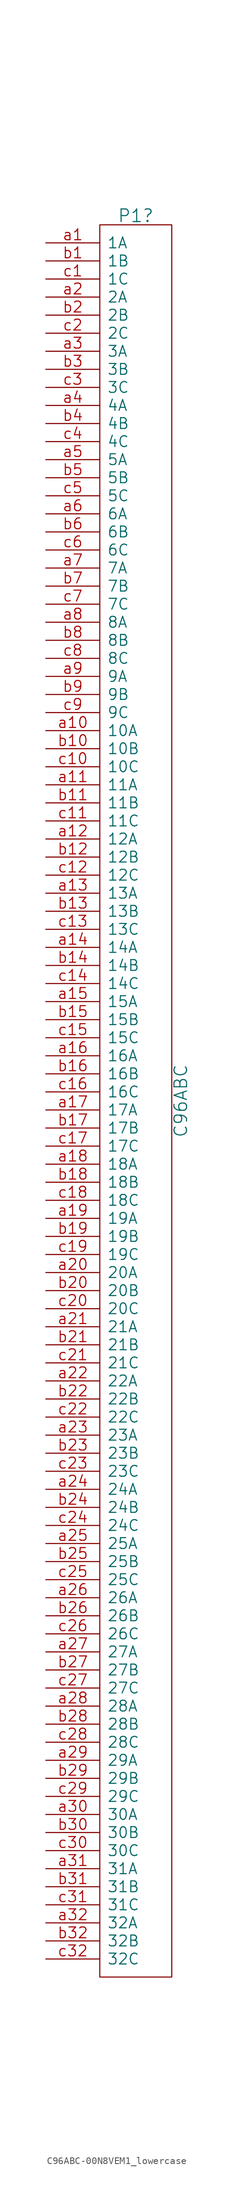
<source format=kicad_sym>
(kicad_symbol_lib
  (version 20231120)
  (generator "kicad_symbol_editor")
  (generator_version "8.0")
  (symbol "C96ABC-00N8VEM1_lowercase"
    (pin_names
      (offset 1.016))
    (property "Reference" "P1"
      (at 0 124.46 0)
      (effects (font (size 1.778 1.778))))
    (property "Value" "C96ABC"
      (at 6.35 0 90)
      (effects (font (size 1.778 1.778))))
    (symbol "C96ABC-00N8VEM1_lowercase_0_1"
      (rectangle (start -5.08 -123.19) (end 5.08 123.19) (stroke (width 0) (type solid)) (fill (type none))))
    (symbol "C96ABC-00N8VEM1_lowercase_1_1"
      (pin passive line (at -12.7 120.65 0) (length 7.62) (name "1A" (effects (font (size 1.524 1.524)))) (number "a1" (effects (font (size 1.524 1.524)))))
      (pin passive line (at -12.7 52.07 0) (length 7.62) (name "10A" (effects (font (size 1.524 1.524)))) (number "a10" (effects (font (size 1.524 1.524)))))
      (pin passive line (at -12.7 44.45 0) (length 7.62) (name "11A" (effects (font (size 1.524 1.524)))) (number "a11" (effects (font (size 1.524 1.524)))))
      (pin passive line (at -12.7 36.83 0) (length 7.62) (name "12A" (effects (font (size 1.524 1.524)))) (number "a12" (effects (font (size 1.524 1.524)))))
      (pin passive line (at -12.7 29.21 0) (length 7.62) (name "13A" (effects (font (size 1.524 1.524)))) (number "a13" (effects (font (size 1.524 1.524)))))
      (pin passive line (at -12.7 21.59 0) (length 7.62) (name "14A" (effects (font (size 1.524 1.524)))) (number "a14" (effects (font (size 1.524 1.524)))))
      (pin passive line (at -12.7 13.97 0) (length 7.62) (name "15A" (effects (font (size 1.524 1.524)))) (number "a15" (effects (font (size 1.524 1.524)))))
      (pin passive line (at -12.7 6.35 0) (length 7.62) (name "16A" (effects (font (size 1.524 1.524)))) (number "a16" (effects (font (size 1.524 1.524)))))
      (pin passive line (at -12.7 -1.27 0) (length 7.62) (name "17A" (effects (font (size 1.524 1.524)))) (number "a17" (effects (font (size 1.524 1.524)))))
      (pin passive line (at -12.7 -8.89 0) (length 7.62) (name "18A" (effects (font (size 1.524 1.524)))) (number "a18" (effects (font (size 1.524 1.524)))))
      (pin passive line (at -12.7 -16.51 0) (length 7.62) (name "19A" (effects (font (size 1.524 1.524)))) (number "a19" (effects (font (size 1.524 1.524)))))
      (pin passive line (at -12.7 113.03 0) (length 7.62) (name "2A" (effects (font (size 1.524 1.524)))) (number "a2" (effects (font (size 1.524 1.524)))))
      (pin passive line (at -12.7 -24.13 0) (length 7.62) (name "20A" (effects (font (size 1.524 1.524)))) (number "a20" (effects (font (size 1.524 1.524)))))
      (pin tri_state line (at -12.7 -31.75 0) (length 7.62) (name "21A" (effects (font (size 1.524 1.524)))) (number "a21" (effects (font (size 1.524 1.524)))))
      (pin passive line (at -12.7 -39.37 0) (length 7.62) (name "22A" (effects (font (size 1.524 1.524)))) (number "a22" (effects (font (size 1.524 1.524)))))
      (pin passive line (at -12.7 -46.99 0) (length 7.62) (name "23A" (effects (font (size 1.524 1.524)))) (number "a23" (effects (font (size 1.524 1.524)))))
      (pin passive line (at -12.7 -54.61 0) (length 7.62) (name "24A" (effects (font (size 1.524 1.524)))) (number "a24" (effects (font (size 1.524 1.524)))))
      (pin passive line (at -12.7 -62.23 0) (length 7.62) (name "25A" (effects (font (size 1.524 1.524)))) (number "a25" (effects (font (size 1.524 1.524)))))
      (pin passive line (at -12.7 -69.85 0) (length 7.62) (name "26A" (effects (font (size 1.524 1.524)))) (number "a26" (effects (font (size 1.524 1.524)))))
      (pin passive line (at -12.7 -77.47 0) (length 7.62) (name "27A" (effects (font (size 1.524 1.524)))) (number "a27" (effects (font (size 1.524 1.524)))))
      (pin passive line (at -12.7 -85.09 0) (length 7.62) (name "28A" (effects (font (size 1.524 1.524)))) (number "a28" (effects (font (size 1.524 1.524)))))
      (pin passive line (at -12.7 -92.71 0) (length 7.62) (name "29A" (effects (font (size 1.524 1.524)))) (number "a29" (effects (font (size 1.524 1.524)))))
      (pin passive line (at -12.7 105.41 0) (length 7.62) (name "3A" (effects (font (size 1.524 1.524)))) (number "a3" (effects (font (size 1.524 1.524)))))
      (pin passive line (at -12.7 -100.33 0) (length 7.62) (name "30A" (effects (font (size 1.524 1.524)))) (number "a30" (effects (font (size 1.524 1.524)))))
      (pin passive line (at -12.7 -107.95 0) (length 7.62) (name "31A" (effects (font (size 1.524 1.524)))) (number "a31" (effects (font (size 1.524 1.524)))))
      (pin passive line (at -12.7 -115.57 0) (length 7.62) (name "32A" (effects (font (size 1.524 1.524)))) (number "a32" (effects (font (size 1.524 1.524)))))
      (pin passive line (at -12.7 97.79 0) (length 7.62) (name "4A" (effects (font (size 1.524 1.524)))) (number "a4" (effects (font (size 1.524 1.524)))))
      (pin passive line (at -12.7 90.17 0) (length 7.62) (name "5A" (effects (font (size 1.524 1.524)))) (number "a5" (effects (font (size 1.524 1.524)))))
      (pin passive line (at -12.7 82.55 0) (length 7.62) (name "6A" (effects (font (size 1.524 1.524)))) (number "a6" (effects (font (size 1.524 1.524)))))
      (pin passive line (at -12.7 74.93 0) (length 7.62) (name "7A" (effects (font (size 1.524 1.524)))) (number "a7" (effects (font (size 1.524 1.524)))))
      (pin passive line (at -12.7 67.31 0) (length 7.62) (name "8A" (effects (font (size 1.524 1.524)))) (number "a8" (effects (font (size 1.524 1.524)))))
      (pin passive line (at -12.7 59.69 0) (length 7.62) (name "9A" (effects (font (size 1.524 1.524)))) (number "a9" (effects (font (size 1.524 1.524)))))
      (pin passive line (at -12.7 118.11 0) (length 7.62) (name "1B" (effects (font (size 1.524 1.524)))) (number "b1" (effects (font (size 1.524 1.524)))))
      (pin passive line (at -12.7 49.53 0) (length 7.62) (name "10B" (effects (font (size 1.524 1.524)))) (number "b10" (effects (font (size 1.524 1.524)))))
      (pin passive line (at -12.7 41.91 0) (length 7.62) (name "11B" (effects (font (size 1.524 1.524)))) (number "b11" (effects (font (size 1.524 1.524)))))
      (pin passive line (at -12.7 34.29 0) (length 7.62) (name "12B" (effects (font (size 1.524 1.524)))) (number "b12" (effects (font (size 1.524 1.524)))))
      (pin passive line (at -12.7 26.67 0) (length 7.62) (name "13B" (effects (font (size 1.524 1.524)))) (number "b13" (effects (font (size 1.524 1.524)))))
      (pin passive line (at -12.7 19.05 0) (length 7.62) (name "14B" (effects (font (size 1.524 1.524)))) (number "b14" (effects (font (size 1.524 1.524)))))
      (pin passive line (at -12.7 11.43 0) (length 7.62) (name "15B" (effects (font (size 1.524 1.524)))) (number "b15" (effects (font (size 1.524 1.524)))))
      (pin passive line (at -12.7 3.81 0) (length 7.62) (name "16B" (effects (font (size 1.524 1.524)))) (number "b16" (effects (font (size 1.524 1.524)))))
      (pin passive line (at -12.7 -3.81 0) (length 7.62) (name "17B" (effects (font (size 1.524 1.524)))) (number "b17" (effects (font (size 1.524 1.524)))))
      (pin passive line (at -12.7 -11.43 0) (length 7.62) (name "18B" (effects (font (size 1.524 1.524)))) (number "b18" (effects (font (size 1.524 1.524)))))
      (pin passive line (at -12.7 -19.05 0) (length 7.62) (name "19B" (effects (font (size 1.524 1.524)))) (number "b19" (effects (font (size 1.524 1.524)))))
      (pin passive line (at -12.7 110.49 0) (length 7.62) (name "2B" (effects (font (size 1.524 1.524)))) (number "b2" (effects (font (size 1.524 1.524)))))
      (pin passive line (at -12.7 -26.67 0) (length 7.62) (name "20B" (effects (font (size 1.524 1.524)))) (number "b20" (effects (font (size 1.524 1.524)))))
      (pin passive line (at -12.7 -34.29 0) (length 7.62) (name "21B" (effects (font (size 1.524 1.524)))) (number "b21" (effects (font (size 1.524 1.524)))))
      (pin passive line (at -12.7 -41.91 0) (length 7.62) (name "22B" (effects (font (size 1.524 1.524)))) (number "b22" (effects (font (size 1.524 1.524)))))
      (pin passive line (at -12.7 -49.53 0) (length 7.62) (name "23B" (effects (font (size 1.524 1.524)))) (number "b23" (effects (font (size 1.524 1.524)))))
      (pin passive line (at -12.7 -57.15 0) (length 7.62) (name "24B" (effects (font (size 1.524 1.524)))) (number "b24" (effects (font (size 1.524 1.524)))))
      (pin passive line (at -12.7 -64.77 0) (length 7.62) (name "25B" (effects (font (size 1.524 1.524)))) (number "b25" (effects (font (size 1.524 1.524)))))
      (pin passive line (at -12.7 -72.39 0) (length 7.62) (name "26B" (effects (font (size 1.524 1.524)))) (number "b26" (effects (font (size 1.524 1.524)))))
      (pin passive line (at -12.7 -80.01 0) (length 7.62) (name "27B" (effects (font (size 1.524 1.524)))) (number "b27" (effects (font (size 1.524 1.524)))))
      (pin passive line (at -12.7 -87.63 0) (length 7.62) (name "28B" (effects (font (size 1.524 1.524)))) (number "b28" (effects (font (size 1.524 1.524)))))
      (pin passive line (at -12.7 -95.25 0) (length 7.62) (name "29B" (effects (font (size 1.524 1.524)))) (number "b29" (effects (font (size 1.524 1.524)))))
      (pin passive line (at -12.7 102.87 0) (length 7.62) (name "3B" (effects (font (size 1.524 1.524)))) (number "b3" (effects (font (size 1.524 1.524)))))
      (pin passive line (at -12.7 -102.87 0) (length 7.62) (name "30B" (effects (font (size 1.524 1.524)))) (number "b30" (effects (font (size 1.524 1.524)))))
      (pin passive line (at -12.7 -110.49 0) (length 7.62) (name "31B" (effects (font (size 1.524 1.524)))) (number "b31" (effects (font (size 1.524 1.524)))))
      (pin passive line (at -12.7 -118.11 0) (length 7.62) (name "32B" (effects (font (size 1.524 1.524)))) (number "b32" (effects (font (size 1.524 1.524)))))
      (pin passive line (at -12.7 95.25 0) (length 7.62) (name "4B" (effects (font (size 1.524 1.524)))) (number "b4" (effects (font (size 1.524 1.524)))))
      (pin passive line (at -12.7 87.63 0) (length 7.62) (name "5B" (effects (font (size 1.524 1.524)))) (number "b5" (effects (font (size 1.524 1.524)))))
      (pin passive line (at -12.7 80.01 0) (length 7.62) (name "6B" (effects (font (size 1.524 1.524)))) (number "b6" (effects (font (size 1.524 1.524)))))
      (pin passive line (at -12.7 72.39 0) (length 7.62) (name "7B" (effects (font (size 1.524 1.524)))) (number "b7" (effects (font (size 1.524 1.524)))))
      (pin passive line (at -12.7 64.77 0) (length 7.62) (name "8B" (effects (font (size 1.524 1.524)))) (number "b8" (effects (font (size 1.524 1.524)))))
      (pin passive line (at -12.7 57.15 0) (length 7.62) (name "9B" (effects (font (size 1.524 1.524)))) (number "b9" (effects (font (size 1.524 1.524)))))
      (pin passive line (at -12.7 115.57 0) (length 7.62) (name "1C" (effects (font (size 1.524 1.524)))) (number "c1" (effects (font (size 1.524 1.524)))))
      (pin passive line (at -12.7 46.99 0) (length 7.62) (name "10C" (effects (font (size 1.524 1.524)))) (number "c10" (effects (font (size 1.524 1.524)))))
      (pin passive line (at -12.7 39.37 0) (length 7.62) (name "11C" (effects (font (size 1.524 1.524)))) (number "c11" (effects (font (size 1.524 1.524)))))
      (pin passive line (at -12.7 31.75 0) (length 7.62) (name "12C" (effects (font (size 1.524 1.524)))) (number "c12" (effects (font (size 1.524 1.524)))))
      (pin passive line (at -12.7 24.13 0) (length 7.62) (name "13C" (effects (font (size 1.524 1.524)))) (number "c13" (effects (font (size 1.524 1.524)))))
      (pin passive line (at -12.7 16.51 0) (length 7.62) (name "14C" (effects (font (size 1.524 1.524)))) (number "c14" (effects (font (size 1.524 1.524)))))
      (pin passive line (at -12.7 8.89 0) (length 7.62) (name "15C" (effects (font (size 1.524 1.524)))) (number "c15" (effects (font (size 1.524 1.524)))))
      (pin passive line (at -12.7 1.27 0) (length 7.62) (name "16C" (effects (font (size 1.524 1.524)))) (number "c16" (effects (font (size 1.524 1.524)))))
      (pin passive line (at -12.7 -6.35 0) (length 7.62) (name "17C" (effects (font (size 1.524 1.524)))) (number "c17" (effects (font (size 1.524 1.524)))))
      (pin passive line (at -12.7 -13.97 0) (length 7.62) (name "18C" (effects (font (size 1.524 1.524)))) (number "c18" (effects (font (size 1.524 1.524)))))
      (pin passive line (at -12.7 -21.59 0) (length 7.62) (name "19C" (effects (font (size 1.524 1.524)))) (number "c19" (effects (font (size 1.524 1.524)))))
      (pin passive line (at -12.7 107.95 0) (length 7.62) (name "2C" (effects (font (size 1.524 1.524)))) (number "c2" (effects (font (size 1.524 1.524)))))
      (pin passive line (at -12.7 -29.21 0) (length 7.62) (name "20C" (effects (font (size 1.524 1.524)))) (number "c20" (effects (font (size 1.524 1.524)))))
      (pin passive line (at -12.7 -36.83 0) (length 7.62) (name "21C" (effects (font (size 1.524 1.524)))) (number "c21" (effects (font (size 1.524 1.524)))))
      (pin passive line (at -12.7 -44.45 0) (length 7.62) (name "22C" (effects (font (size 1.524 1.524)))) (number "c22" (effects (font (size 1.524 1.524)))))
      (pin passive line (at -12.7 -52.07 0) (length 7.62) (name "23C" (effects (font (size 1.524 1.524)))) (number "c23" (effects (font (size 1.524 1.524)))))
      (pin passive line (at -12.7 -59.69 0) (length 7.62) (name "24C" (effects (font (size 1.524 1.524)))) (number "c24" (effects (font (size 1.524 1.524)))))
      (pin passive line (at -12.7 -67.31 0) (length 7.62) (name "25C" (effects (font (size 1.524 1.524)))) (number "c25" (effects (font (size 1.524 1.524)))))
      (pin passive line (at -12.7 -74.93 0) (length 7.62) (name "26C" (effects (font (size 1.524 1.524)))) (number "c26" (effects (font (size 1.524 1.524)))))
      (pin passive line (at -12.7 -82.55 0) (length 7.62) (name "27C" (effects (font (size 1.524 1.524)))) (number "c27" (effects (font (size 1.524 1.524)))))
      (pin passive line (at -12.7 -90.17 0) (length 7.62) (name "28C" (effects (font (size 1.524 1.524)))) (number "c28" (effects (font (size 1.524 1.524)))))
      (pin passive line (at -12.7 -97.79 0) (length 7.62) (name "29C" (effects (font (size 1.524 1.524)))) (number "c29" (effects (font (size 1.524 1.524)))))
      (pin passive line (at -12.7 100.33 0) (length 7.62) (name "3C" (effects (font (size 1.524 1.524)))) (number "c3" (effects (font (size 1.524 1.524)))))
      (pin passive line (at -12.7 -105.41 0) (length 7.62) (name "30C" (effects (font (size 1.524 1.524)))) (number "c30" (effects (font (size 1.524 1.524)))))
      (pin passive line (at -12.7 -113.03 0) (length 7.62) (name "31C" (effects (font (size 1.524 1.524)))) (number "c31" (effects (font (size 1.524 1.524)))))
      (pin passive line (at -12.7 -120.65 0) (length 7.62) (name "32C" (effects (font (size 1.524 1.524)))) (number "c32" (effects (font (size 1.524 1.524)))))
      (pin passive line (at -12.7 92.71 0) (length 7.62) (name "4C" (effects (font (size 1.524 1.524)))) (number "c4" (effects (font (size 1.524 1.524)))))
      (pin passive line (at -12.7 85.09 0) (length 7.62) (name "5C" (effects (font (size 1.524 1.524)))) (number "c5" (effects (font (size 1.524 1.524)))))
      (pin passive line (at -12.7 77.47 0) (length 7.62) (name "6C" (effects (font (size 1.524 1.524)))) (number "c6" (effects (font (size 1.524 1.524)))))
      (pin passive line (at -12.7 69.85 0) (length 7.62) (name "7C" (effects (font (size 1.524 1.524)))) (number "c7" (effects (font (size 1.524 1.524)))))
      (pin passive line (at -12.7 62.23 0) (length 7.62) (name "8C" (effects (font (size 1.524 1.524)))) (number "c8" (effects (font (size 1.524 1.524)))))
      (pin passive line (at -12.7 54.61 0) (length 7.62) (name "9C" (effects (font (size 1.524 1.524)))) (number "c9" (effects (font (size 1.524 1.524)))))
      (pin power_in line (at 5.08 120.65 180) (length 0) hide (name "GND" (effects (font (size 1.27 1.27)))) (number "HOLE" (effects (font (size 1.27 1.27))))))))
</source>
